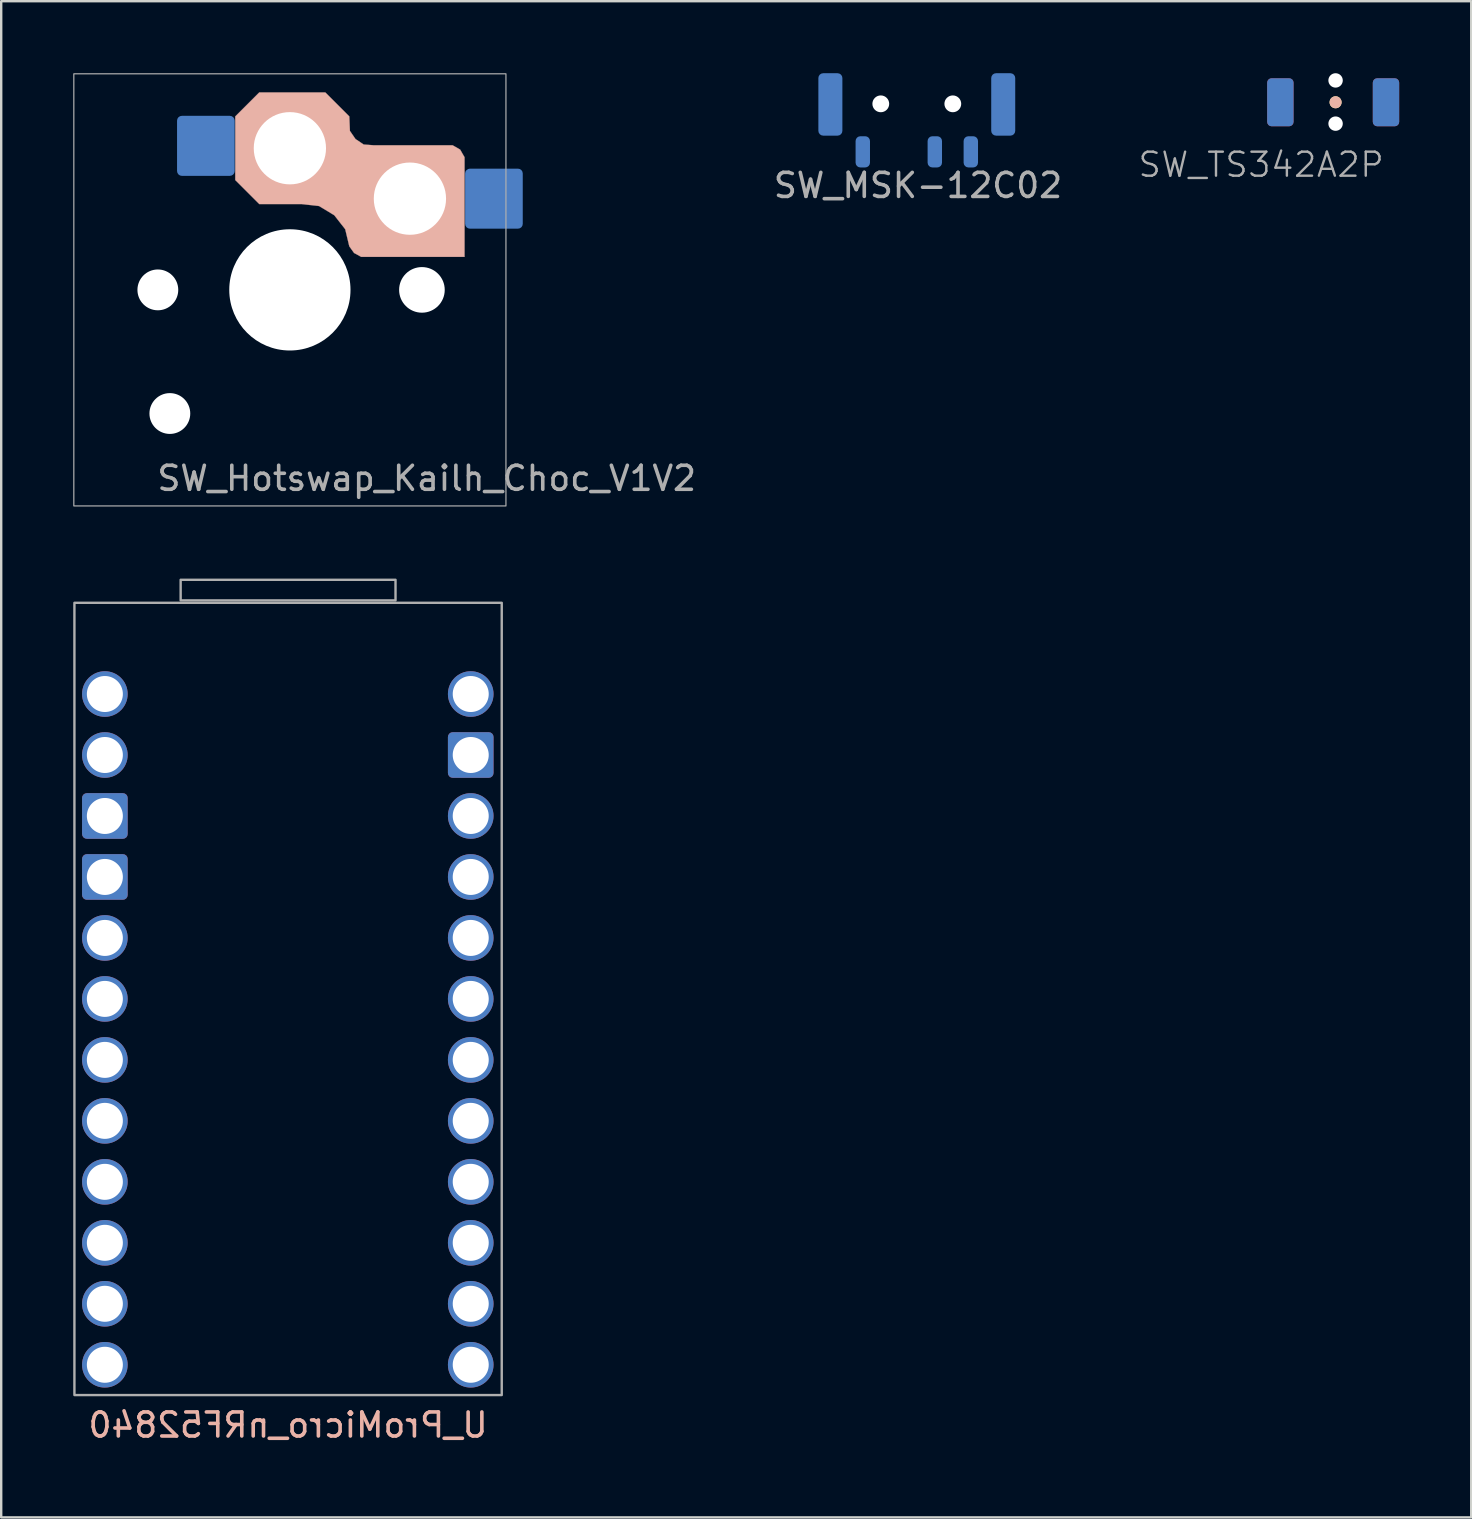
<source format=kicad_pcb>
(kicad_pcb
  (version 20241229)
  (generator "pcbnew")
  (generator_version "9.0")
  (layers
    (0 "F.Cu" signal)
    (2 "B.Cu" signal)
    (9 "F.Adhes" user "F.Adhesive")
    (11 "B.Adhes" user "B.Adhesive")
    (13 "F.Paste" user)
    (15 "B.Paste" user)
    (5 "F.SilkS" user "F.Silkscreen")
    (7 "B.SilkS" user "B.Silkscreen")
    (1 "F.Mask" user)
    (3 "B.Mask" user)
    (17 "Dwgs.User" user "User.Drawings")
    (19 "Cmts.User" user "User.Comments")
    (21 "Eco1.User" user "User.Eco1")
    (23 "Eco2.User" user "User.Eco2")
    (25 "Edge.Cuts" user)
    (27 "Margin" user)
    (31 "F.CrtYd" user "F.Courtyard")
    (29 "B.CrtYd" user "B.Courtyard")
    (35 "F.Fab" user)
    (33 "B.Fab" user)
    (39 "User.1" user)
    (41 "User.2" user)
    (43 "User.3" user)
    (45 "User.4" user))
  (footprint "SW_TS342A2P"
    (layer "F.Cu")
    (at 52.583 1.21)
    (property "Reference" "SW_TS342A2P" (at -3.1 2.6 0) (unlocked yes) (layer "F.Fab") (effects (font (size 1 1) (thickness 0.1))))
    (attr smd)
    (fp_circle (center 0 0) (end 0.2 0) (stroke (width 0.1) (type solid)) (fill yes) (layer "F.SilkS"))
    (fp_circle (center 0 0) (end 0.2 0) (stroke (width 0.1) (type solid)) (fill yes) (layer "B.SilkS"))
    (pad "" np_thru_hole circle (at 0 -0.91 270) (size 0.6 0.6) (drill 0.6) (layers "*.Cu" "*.Mask"))
    (pad "" np_thru_hole circle (at 0 0.89 270) (size 0.6 0.6) (drill 0.6) (layers "*.Cu" "*.Mask"))
    (pad "1" smd roundrect (at -2.3 0) (size 1.1 2) (layers "F.Cu" "F.Mask" "F.Paste") (roundrect_rratio 0.167))
    (pad "1" smd roundrect (at -2.3 0) (size 1.1 2) (layers "B.Cu" "B.Mask" "B.Paste") (roundrect_rratio 0.167))
    (pad "2" smd roundrect (at 2.1 0) (size 1.1 2) (layers "F.Cu" "F.Mask" "F.Paste") (roundrect_rratio 0.167))
    (pad "2" smd roundrect (at 2.1 0) (size 1.1 2) (layers "B.Cu" "B.Mask" "B.Paste") (roundrect_rratio 0.167)))
  (footprint "SW_MSK-12C02"
    (layer "F.Cu")
    (at 35.139 1.275)
    (property "Reference" "SW_MSK-12C02" (at 0.05 3.4 0) (layer "F.Fab") (effects (font (size 1 1) (thickness 0.15))))
    (attr smd)
    (pad "" smd roundrect (at -3.6 0.025) (size 1 2.6) (layers "B.Cu" "B.Mask" "B.Paste") (roundrect_rratio 0.2))
    (pad "" np_thru_hole circle (at -1.5 0 270) (size 0.7 0.7) (drill 0.7) (layers "*.Cu" "*.Mask"))
    (pad "" np_thru_hole circle (at 1.5 0 270) (size 0.7 0.7) (drill 0.7) (layers "*.Cu" "*.Mask"))
    (pad "" smd roundrect (at 3.6 0.025) (size 1 2.6) (layers "B.Cu" "B.Mask" "B.Paste") (roundrect_rratio 0.2))
    (pad "1" smd roundrect (at -2.25 2 270) (size 1.3 0.6) (layers "B.Cu" "B.Mask" "B.Paste") (roundrect_rratio 0.333))
    (pad "2" smd roundrect (at 0.75 2 270) (size 1.3 0.6) (layers "B.Cu" "B.Mask" "B.Paste") (roundrect_rratio 0.333))
    (pad "3" smd roundrect (at 2.25 2 270) (size 1.3 0.6) (layers "B.Cu" "B.Mask" "B.Paste") (roundrect_rratio 0.333)))
  (footprint "U_ProMicro_nRF52840"
    (layer "F.Cu")
    (at 8.95 38.56)
    (property "Reference" "U_ProMicro_nRF52840" (at 0 17.75 0) (layer "B.SilkS") (effects (font (size 1 1) (thickness 0.15)) (justify mirror)))
    (fp_rect (start -4.475 -16.6) (end 4.475 -17.46) (stroke (width 0.1) (type solid)) (fill no) (layer "F.Fab"))
    (fp_rect (start 8.9 -16.5) (end -8.9 16.5) (stroke (width 0.1) (type solid)) (fill no) (layer "F.Fab"))
    (pad "1" thru_hole oval (at -7.632 -12.701) (size 1.9 1.9) (drill 1.5) (layers "*.Cu" "*.Paste" "*.Mask"))
    (pad "2" thru_hole oval (at -7.632 -10.161) (size 1.9 1.9) (drill 1.5) (layers "*.Cu" "*.Paste" "*.Mask"))
    (pad "3" thru_hole roundrect (at -7.632 -7.621) (size 1.9 1.9) (drill 1.5) (layers "*.Cu" "*.Paste" "*.Mask") (roundrect_rratio 0.105))
    (pad "4" thru_hole roundrect (at -7.632 -5.081) (size 1.9 1.9) (drill 1.5) (layers "*.Cu" "*.Paste" "*.Mask") (roundrect_rratio 0.105))
    (pad "5" thru_hole oval (at -7.632 -2.541) (size 1.9 1.9) (drill 1.5) (layers "*.Cu" "*.Paste" "*.Mask"))
    (pad "6" thru_hole oval (at -7.632 -0.001) (size 1.9 1.9) (drill 1.5) (layers "*.Cu" "*.Paste" "*.Mask"))
    (pad "7" thru_hole oval (at -7.632 2.539) (size 1.9 1.9) (drill 1.5) (layers "*.Cu" "*.Paste" "*.Mask"))
    (pad "8" thru_hole oval (at -7.632 5.079) (size 1.9 1.9) (drill 1.5) (layers "*.Cu" "*.Paste" "*.Mask"))
    (pad "9" thru_hole oval (at -7.632 7.619) (size 1.9 1.9) (drill 1.5) (layers "*.Cu" "*.Paste" "*.Mask"))
    (pad "10" thru_hole oval (at -7.632 10.159) (size 1.9 1.9) (drill 1.5) (layers "*.Cu" "*.Paste" "*.Mask"))
    (pad "11" thru_hole oval (at -7.632 12.699) (size 1.9 1.9) (drill 1.5) (layers "*.Cu" "*.Paste" "*.Mask"))
    (pad "12" thru_hole oval (at -7.632 15.239) (size 1.9 1.9) (drill 1.5) (layers "*.Cu" "*.Paste" "*.Mask"))
    (pad "13" thru_hole oval (at 7.608 15.239) (size 1.9 1.9) (drill 1.5) (layers "*.Cu" "*.Paste" "*.Mask"))
    (pad "14" thru_hole oval (at 7.608 12.699) (size 1.9 1.9) (drill 1.5) (layers "*.Cu" "*.Paste" "*.Mask"))
    (pad "15" thru_hole oval (at 7.608 10.159) (size 1.9 1.9) (drill 1.5) (layers "*.Cu" "*.Paste" "*.Mask"))
    (pad "16" thru_hole oval (at 7.608 7.619) (size 1.9 1.9) (drill 1.5) (layers "*.Cu" "*.Paste" "*.Mask"))
    (pad "17" thru_hole oval (at 7.608 5.079) (size 1.9 1.9) (drill 1.5) (layers "*.Cu" "*.Paste" "*.Mask"))
    (pad "18" thru_hole oval (at 7.608 2.539) (size 1.9 1.9) (drill 1.5) (layers "*.Cu" "*.Paste" "*.Mask"))
    (pad "19" thru_hole oval (at 7.608 -0.001) (size 1.9 1.9) (drill 1.5) (layers "*.Cu" "*.Paste" "*.Mask"))
    (pad "20" thru_hole oval (at 7.608 -2.541) (size 1.9 1.9) (drill 1.5) (layers "*.Cu" "*.Paste" "*.Mask"))
    (pad "21" thru_hole oval (at 7.608 -5.081) (size 1.9 1.9) (drill 1.5) (layers "*.Cu" "*.Paste" "*.Mask"))
    (pad "22" thru_hole oval (at 7.608 -7.621) (size 1.9 1.9) (drill 1.5) (layers "*.Cu" "*.Paste" "*.Mask"))
    (pad "23" thru_hole roundrect (at 7.608 -10.161) (size 1.9 1.9) (drill 1.5) (layers "*.Cu" "*.Paste" "*.Mask") (roundrect_rratio 0.105))
    (pad "24" thru_hole oval (at 7.608 -12.701) (size 1.9 1.9) (drill 1.5) (layers "*.Cu" "*.Paste" "*.Mask"))
    (zone (net_name "") (layers "F.Cu" "B.Cu") (hatch edge 0.5) (connect_pads) (min_thickness 0.25) (filled_areas_thickness no) (keepout (tracks allowed) (vias allowed) (pads allowed) (copperpour not_allowed) (footprints allowed)) (placement (enabled no)) (fill) (polygon (pts (xy 0.05 55.56) (xy 0.05 22.06) (xy 17.86 22.07) (xy 17.85 55.56)))))
  (footprint "SW_Hotswap_Kailh_Choc_V1V2"
    (layer "F.Cu")
    (at 9.025 9.025)
    (property "Reference" "SW_Hotswap_Kailh_Choc_V1V2" (at 5.7 7.85 0) (layer "F.Fab") (effects (font (size 1 1) (thickness 0.15))))
    (attr smd)
    (fp_poly (pts (xy 2.673 -1.538) (xy 2.475 -1.815) (xy 2.305 -2.527) (xy 1.849 -3.109) (xy 1.217 -3.492) (xy 0.489 -3.575) (xy -1.275 -3.575) (xy -2.275 -4.575) (xy -2.275 -7.225) (xy -1.275 -8.225) (xy 1.475 -8.225) (xy 2.475 -7.225) (xy 2.5 -6.623) (xy 2.733 -6.283) (xy 3.073 -6.055) (xy 3.475 -6.025) (xy 6.775 -6.025) (xy 7.093 -5.843) (xy 7.275 -5.525) (xy 7.275 -1.375) (xy 2.971 -1.375)) (stroke (width 0.01) (type solid)) (fill yes) (layer "B.SilkS"))
    (fp_rect (start -9 -9) (end 9 9) (stroke (width 0.05) (type solid)) (fill no) (layer "F.Fab"))
    (pad "" np_thru_hole circle (at -5.5 0) (size 1.7 1.7) (drill 1.7) (layers "*.Cu" "*.Mask"))
    (pad "" np_thru_hole circle (at -5 5.15) (size 1.7 1.7) (drill oval 1.7) (layers "*.Cu" "*.Mask"))
    (pad "" np_thru_hole circle (at 0 -5.9) (size 3.01 3.01) (drill 3.01) (layers "*.Cu" "*.Mask"))
    (pad "" np_thru_hole circle (at 0 0) (size 5.05 5.05) (drill 5.05) (layers "*.Cu" "*.Mask"))
    (pad "" np_thru_hole circle (at 5 -3.8) (size 3.01 3.01) (drill 3.01) (layers "*.Cu" "*.Mask"))
    (pad "" np_thru_hole circle (at 5.5 0) (size 1.9 1.9) (drill 1.9) (layers "*.Cu" "*.Mask"))
    (pad "1" smd roundrect (at 8.5 -3.8) (size 2.4 2.5) (layers "B.Cu" "B.Mask" "B.Paste") (roundrect_rratio 0.083))
    (pad "2" smd roundrect (at -3.5 -6) (size 2.4 2.5) (layers "B.Cu" "B.Mask" "B.Paste") (roundrect_rratio 0.083)))
  (gr_rect
    (start -3 -3)
    (end 58.233 60.158)
    (stroke (width 0.1) (type default))
    (fill no)
    (layer "Edge.Cuts")))
</source>
